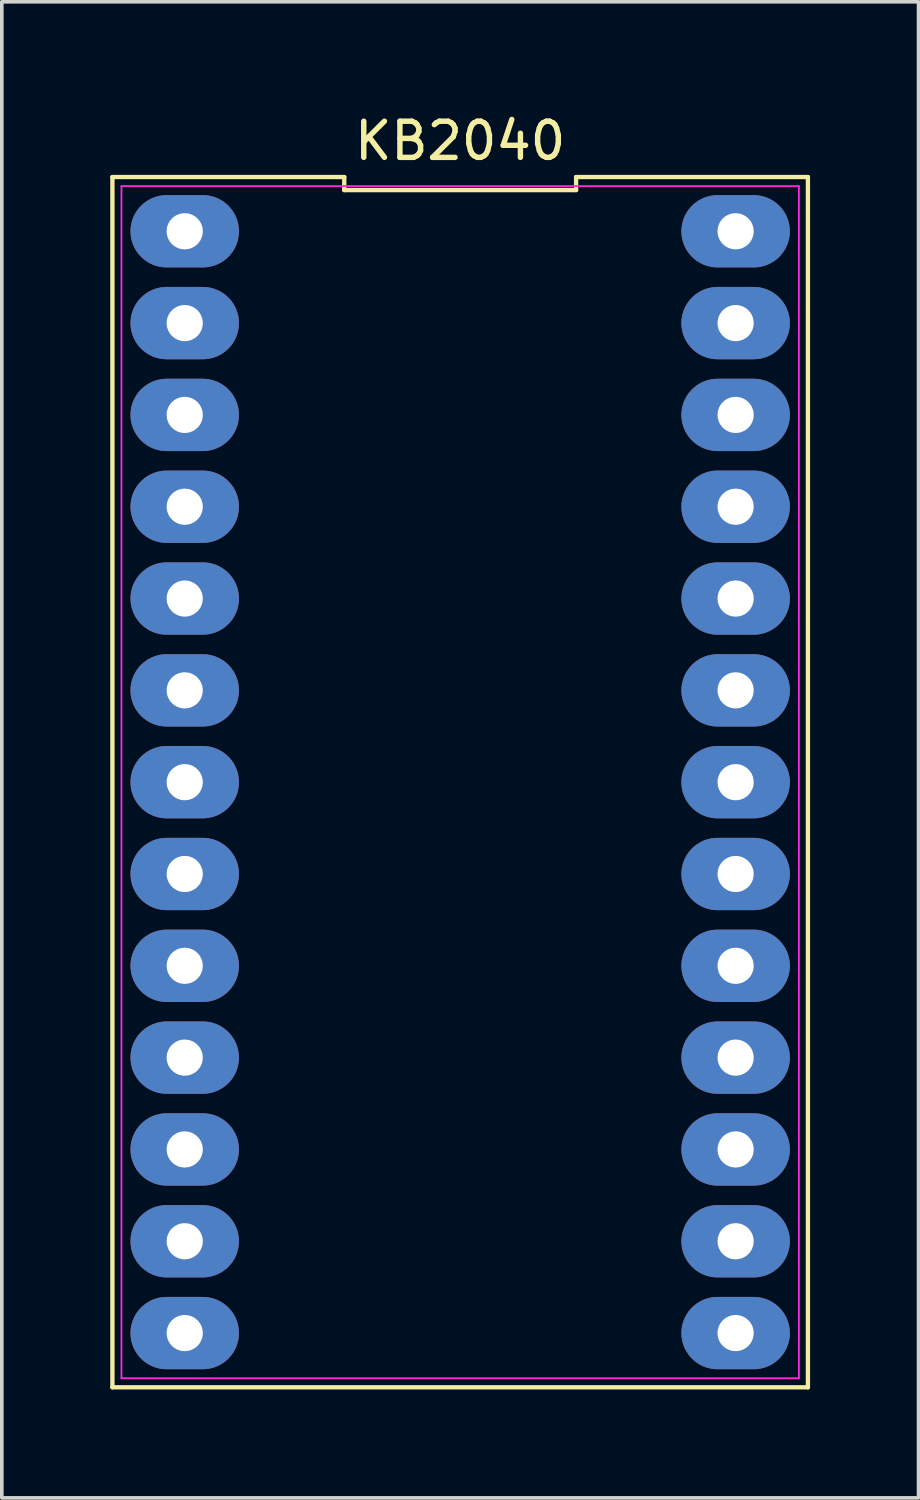
<source format=kicad_pcb>
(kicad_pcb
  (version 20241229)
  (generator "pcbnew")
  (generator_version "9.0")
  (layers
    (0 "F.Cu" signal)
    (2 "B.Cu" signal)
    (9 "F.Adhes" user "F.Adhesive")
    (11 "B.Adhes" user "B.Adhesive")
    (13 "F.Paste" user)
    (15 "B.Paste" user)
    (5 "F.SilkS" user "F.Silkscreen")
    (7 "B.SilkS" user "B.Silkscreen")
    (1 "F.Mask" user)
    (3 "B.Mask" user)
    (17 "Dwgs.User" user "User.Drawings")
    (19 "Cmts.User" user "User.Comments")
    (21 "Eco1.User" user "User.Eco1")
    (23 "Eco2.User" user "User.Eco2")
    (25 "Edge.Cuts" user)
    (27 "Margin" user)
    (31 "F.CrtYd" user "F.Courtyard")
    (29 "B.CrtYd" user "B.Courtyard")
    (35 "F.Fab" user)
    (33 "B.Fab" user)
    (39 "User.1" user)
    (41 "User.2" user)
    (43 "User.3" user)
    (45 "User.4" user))
  (footprint "KB2040"
    (layer "F.Cu")
    (at 9.68 18.588)
    (property "Reference" "KB2040" (at 0 -17.74 0) (layer "F.SilkS") (effects (font (size 1 1) (thickness 0.15))))
    (attr through_hole)
    (fp_line (start -9.62 16.74) (end 9.62 16.74) (stroke (width 0.12) (type solid)) (layer "F.SilkS"))
    (fp_line (start -9.62 -16.74) (end -9.62 16.74) (stroke (width 0.12) (type solid)) (layer "F.SilkS"))
    (fp_line (start -3.207 -16.74) (end -9.62 -16.74) (stroke (width 0.12) (type solid)) (layer "F.SilkS"))
    (fp_line (start -3.207 -16.38) (end -3.207 -16.74) (stroke (width 0.12) (type solid)) (layer "F.SilkS"))
    (fp_line (start 3.207 -16.74) (end 3.207 -16.38) (stroke (width 0.12) (type solid)) (layer "F.SilkS"))
    (fp_line (start 3.207 -16.38) (end -3.207 -16.38) (stroke (width 0.12) (type solid)) (layer "F.SilkS"))
    (fp_line (start 9.62 16.74) (end 9.62 -16.74) (stroke (width 0.12) (type solid)) (layer "F.SilkS"))
    (fp_line (start 9.62 -16.74) (end 3.207 -16.74) (stroke (width 0.12) (type solid)) (layer "F.SilkS"))
    (fp_line (start -9.37 -16.49) (end 9.37 -16.49) (stroke (width 0.05) (type solid)) (layer "F.CrtYd"))
    (fp_line (start -9.37 16.49) (end -9.37 -16.49) (stroke (width 0.05) (type solid)) (layer "F.CrtYd"))
    (fp_line (start 9.37 -16.49) (end 9.37 16.49) (stroke (width 0.05) (type solid)) (layer "F.CrtYd"))
    (fp_line (start 9.37 16.49) (end -9.37 16.49) (stroke (width 0.05) (type solid)) (layer "F.CrtYd"))
    (pad "1" thru_hole oval (at -7.62 -15.24 270) (size 2 3) (drill 1) (layers "*.Cu" "*.Mask"))
    (pad "2" thru_hole oval (at -7.62 -12.7 270) (size 2 3) (drill 1) (layers "*.Cu" "*.Mask"))
    (pad "3" thru_hole oval (at -7.62 -10.16 270) (size 2 3) (drill 1) (layers "*.Cu" "*.Mask"))
    (pad "4" thru_hole oval (at -7.62 -7.62 270) (size 2 3) (drill 1) (layers "*.Cu" "*.Mask"))
    (pad "5" thru_hole oval (at -7.62 -5.08 270) (size 2 3) (drill 1) (layers "*.Cu" "*.Mask"))
    (pad "6" thru_hole oval (at -7.62 -2.54 270) (size 2 3) (drill 1) (layers "*.Cu" "*.Mask"))
    (pad "7" thru_hole oval (at -7.62 0 270) (size 2 3) (drill 1) (layers "*.Cu" "*.Mask"))
    (pad "8" thru_hole oval (at -7.62 2.54 270) (size 2 3) (drill 1) (layers "*.Cu" "*.Mask"))
    (pad "9" thru_hole oval (at -7.62 5.08 270) (size 2 3) (drill 1) (layers "*.Cu" "*.Mask"))
    (pad "10" thru_hole oval (at -7.62 7.62 270) (size 2 3) (drill 1) (layers "*.Cu" "*.Mask"))
    (pad "11" thru_hole oval (at -7.62 10.16 270) (size 2 3) (drill 1) (layers "*.Cu" "*.Mask"))
    (pad "12" thru_hole oval (at -7.62 12.7 270) (size 2 3) (drill 1) (layers "*.Cu" "*.Mask"))
    (pad "13" thru_hole oval (at -7.62 15.24 270) (size 2 3) (drill 1) (layers "*.Cu" "*.Mask"))
    (pad "14" thru_hole oval (at 7.62 15.24 270) (size 2 3) (drill 1) (layers "*.Cu" "*.Mask"))
    (pad "15" thru_hole oval (at 7.62 12.7 270) (size 2 3) (drill 1) (layers "*.Cu" "*.Mask"))
    (pad "16" thru_hole oval (at 7.62 10.16 270) (size 2 3) (drill 1) (layers "*.Cu" "*.Mask"))
    (pad "17" thru_hole oval (at 7.62 7.62 270) (size 2 3) (drill 1) (layers "*.Cu" "*.Mask"))
    (pad "18" thru_hole oval (at 7.62 5.08 270) (size 2 3) (drill 1) (layers "*.Cu" "*.Mask"))
    (pad "19" thru_hole oval (at 7.62 2.54 270) (size 2 3) (drill 1) (layers "*.Cu" "*.Mask"))
    (pad "20" thru_hole oval (at 7.62 0 270) (size 2 3) (drill 1) (layers "*.Cu" "*.Mask"))
    (pad "21" thru_hole oval (at 7.62 -2.54 270) (size 2 3) (drill 1) (layers "*.Cu" "*.Mask"))
    (pad "22" thru_hole oval (at 7.62 -5.08 270) (size 2 3) (drill 1) (layers "*.Cu" "*.Mask"))
    (pad "23" thru_hole oval (at 7.62 -7.62 270) (size 2 3) (drill 1) (layers "*.Cu" "*.Mask"))
    (pad "24" thru_hole oval (at 7.62 -10.16 270) (size 2 3) (drill 1) (layers "*.Cu" "*.Mask"))
    (pad "25" thru_hole oval (at 7.62 -12.7 270) (size 2 3) (drill 1) (layers "*.Cu" "*.Mask"))
    (pad "26" thru_hole oval (at 7.62 -15.24 270) (size 2 3) (drill 1) (layers "*.Cu" "*.Mask")))
  (gr_rect
    (start -3 -3)
    (end 22.36 38.388)
    (stroke (width 0.1) (type default))
    (fill no)
    (layer "Edge.Cuts")))
</source>
